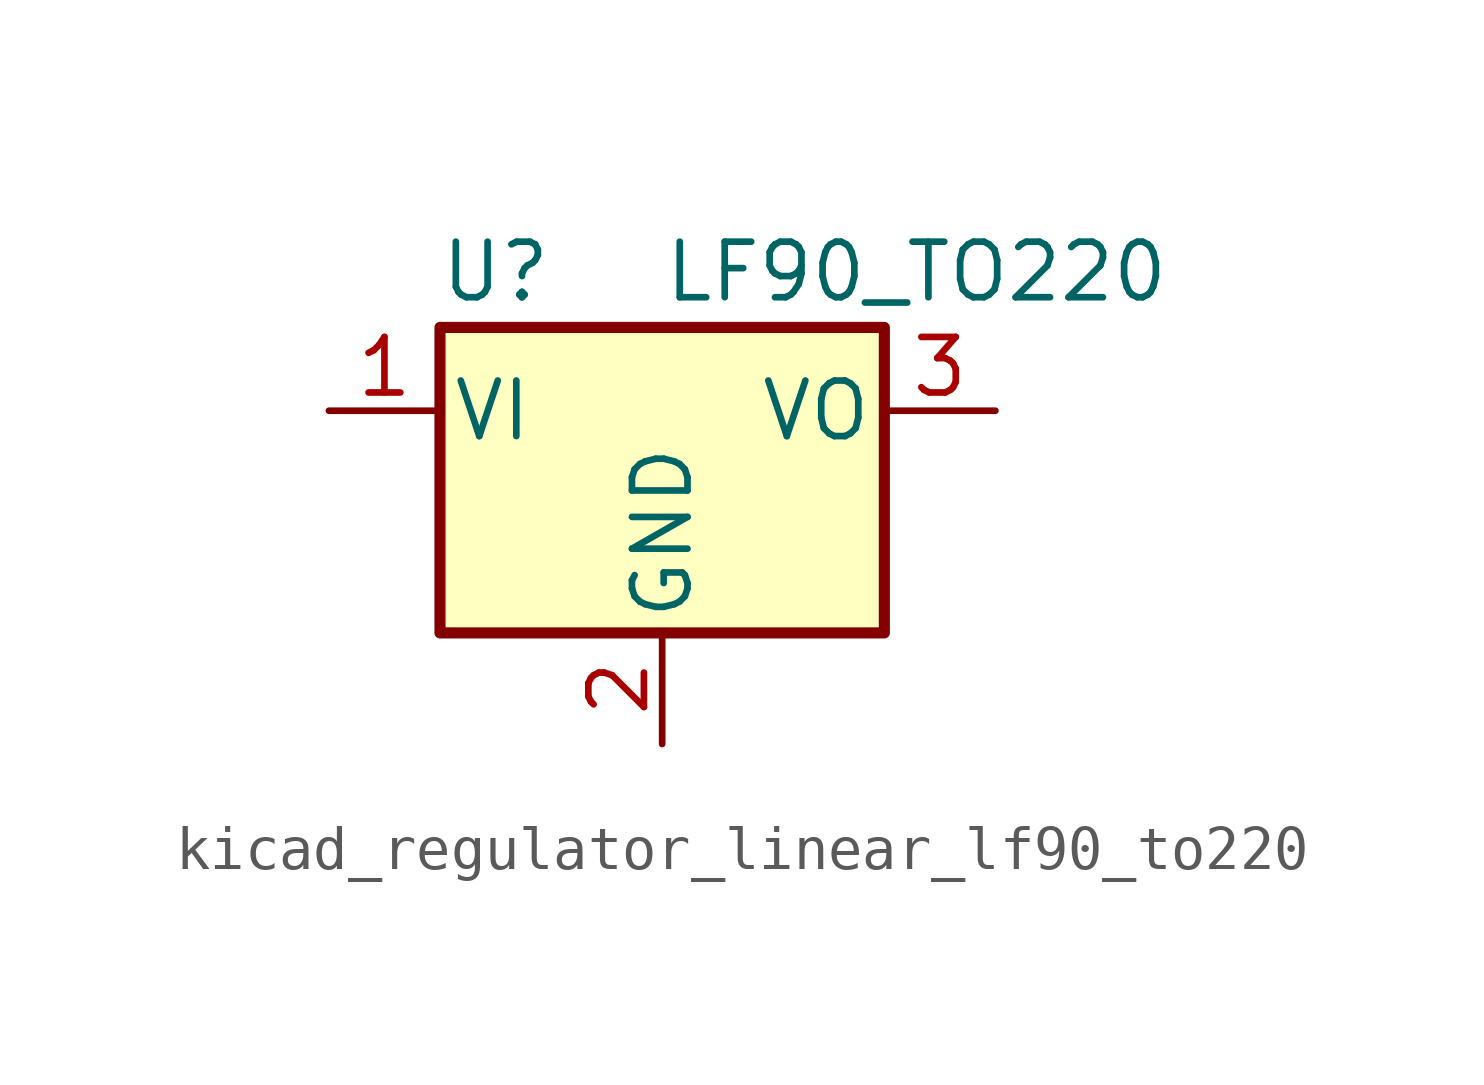
<source format=kicad_sym>
(kicad_symbol_lib
  (version 20220914)
  (generator kicad_symbol_editor)
  (symbol "kicad_regulator_linear_lf90_to220"
    (pin_names
      (offset 0.254))
    (property "Reference" "U"
      (at -3.81 3.175 0)
      (effects (font (size 1.27 1.27))))
    (property "Value" "LF90_TO220"
      (at 0 3.175 0)
      (effects (font (size 1.27 1.27)) (justify left)))
    (symbol "kicad_regulator_linear_lf90_to220_0_1"
      (rectangle (start -5.08 1.905) (end 5.08 -5.08) (stroke (width 0.254) (type default)) (fill (type background))))
    (symbol "kicad_regulator_linear_lf90_to220_1_1"
      (pin power_in line (at -7.62 0 0) (length 2.54) (name "VI" (effects (font (size 1.27 1.27)))) (number "1" (effects (font (size 1.27 1.27)))))
      (pin power_in line (at 0 -7.62 90) (length 2.54) (name "GND" (effects (font (size 1.27 1.27)))) (number "2" (effects (font (size 1.27 1.27)))))
      (pin power_out line (at 7.62 0 180) (length 2.54) (name "VO" (effects (font (size 1.27 1.27)))) (number "3" (effects (font (size 1.27 1.27))))))))
</source>
